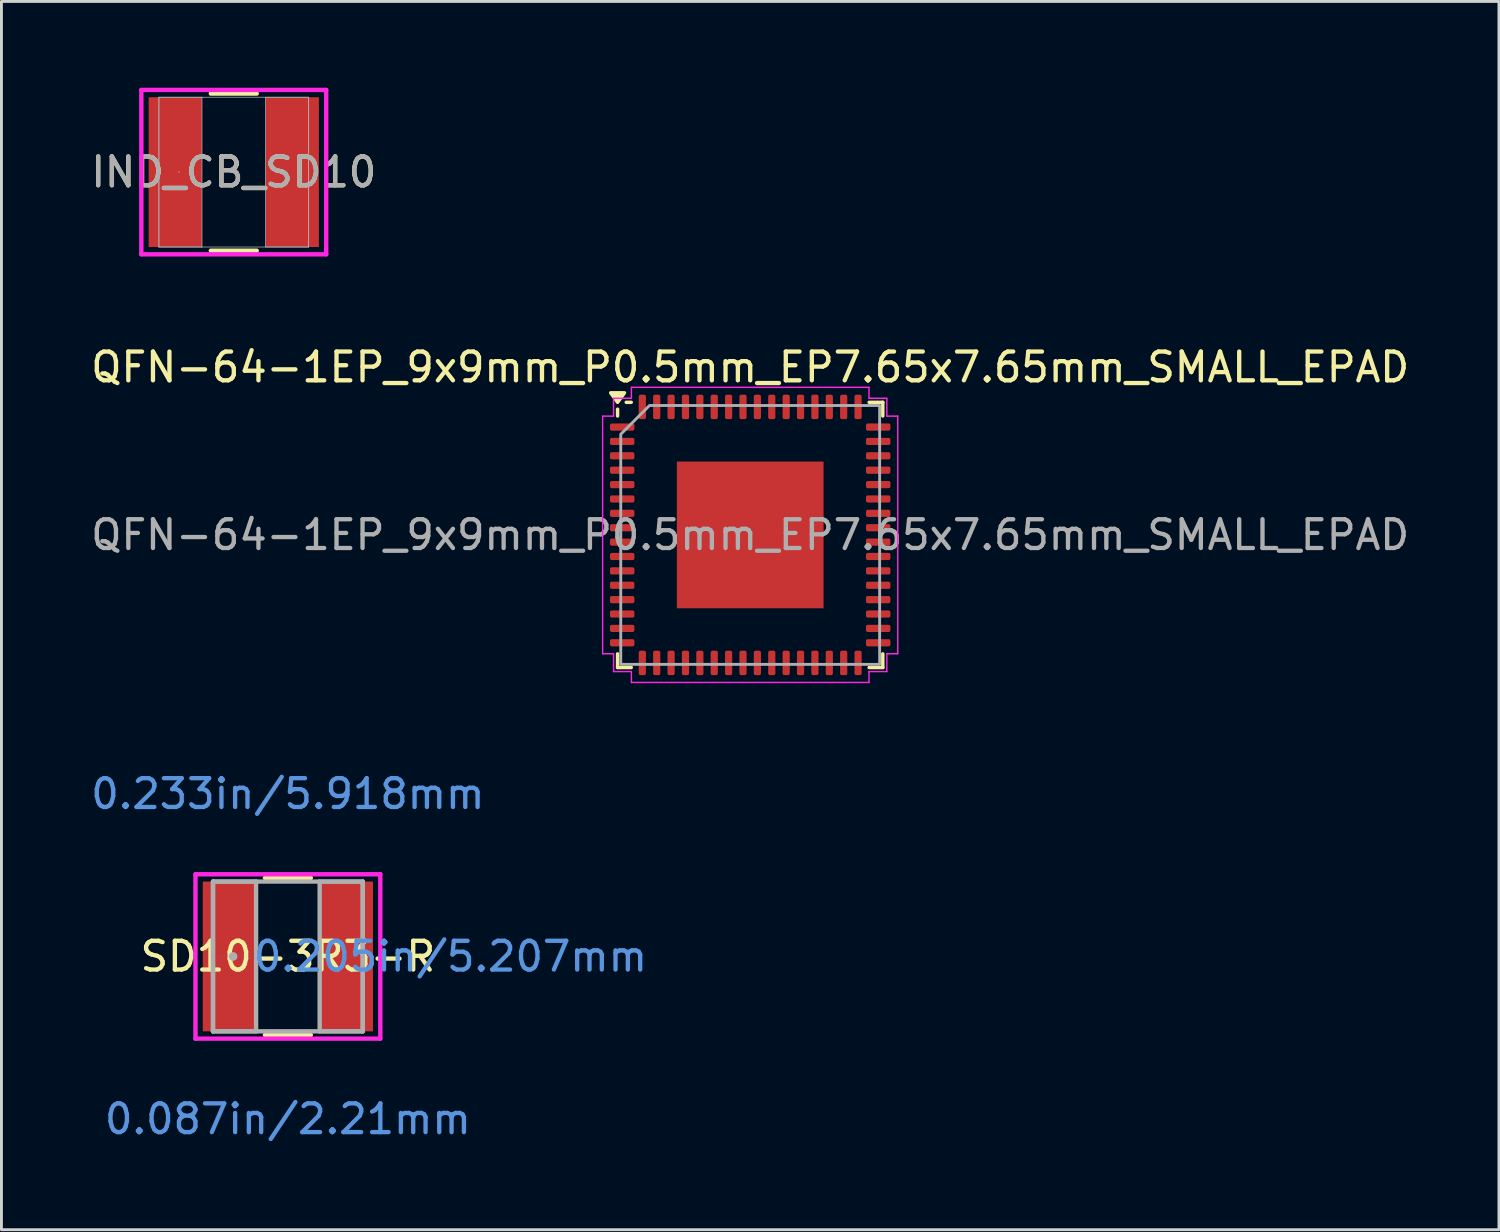
<source format=kicad_pcb>
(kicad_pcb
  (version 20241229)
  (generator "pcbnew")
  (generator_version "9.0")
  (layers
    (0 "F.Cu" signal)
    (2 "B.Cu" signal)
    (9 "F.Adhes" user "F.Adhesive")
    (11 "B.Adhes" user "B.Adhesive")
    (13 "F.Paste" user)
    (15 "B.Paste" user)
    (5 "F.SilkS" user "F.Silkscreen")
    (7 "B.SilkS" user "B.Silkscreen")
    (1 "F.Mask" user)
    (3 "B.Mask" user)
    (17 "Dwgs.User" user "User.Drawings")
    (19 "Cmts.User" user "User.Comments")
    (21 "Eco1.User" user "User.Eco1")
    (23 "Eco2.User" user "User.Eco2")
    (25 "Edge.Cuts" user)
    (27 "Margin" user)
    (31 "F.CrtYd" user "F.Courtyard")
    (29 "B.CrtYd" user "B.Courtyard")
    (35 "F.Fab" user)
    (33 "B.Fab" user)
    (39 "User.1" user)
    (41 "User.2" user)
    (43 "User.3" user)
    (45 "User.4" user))
  (footprint "QFN-64-1EP_9x9mm_P0.5mm_EP7.65x7.65mm_SMALL_EPAD"
    (layer "F.Cu")
    (at 23.03 15.546)
    (property "Reference" "QFN-64-1EP_9x9mm_P0.5mm_EP7.65x7.65mm_SMALL_EPAD" (at 0 -5.83 0) (layer "F.SilkS") (effects (font (size 1 1) (thickness 0.15))))
    (attr smd)
    (fp_line (start -4.61 -4.135) (end -4.61 -4.37) (stroke (width 0.12) (type solid)) (layer "F.SilkS"))
    (fp_line (start -4.61 4.61) (end -4.61 4.135) (stroke (width 0.12) (type solid)) (layer "F.SilkS"))
    (fp_line (start -4.135 -4.61) (end -4.31 -4.61) (stroke (width 0.12) (type solid)) (layer "F.SilkS"))
    (fp_line (start -4.135 4.61) (end -4.61 4.61) (stroke (width 0.12) (type solid)) (layer "F.SilkS"))
    (fp_line (start 4.135 -4.61) (end 4.61 -4.61) (stroke (width 0.12) (type solid)) (layer "F.SilkS"))
    (fp_line (start 4.135 4.61) (end 4.61 4.61) (stroke (width 0.12) (type solid)) (layer "F.SilkS"))
    (fp_line (start 4.61 -4.61) (end 4.61 -4.135) (stroke (width 0.12) (type solid)) (layer "F.SilkS"))
    (fp_line (start 4.61 4.61) (end 4.61 4.135) (stroke (width 0.12) (type solid)) (layer "F.SilkS"))
    (fp_poly (pts (xy -4.61 -4.61) (xy -4.85 -4.94) (xy -4.37 -4.94)) (stroke (width 0.12) (type solid)) (fill yes) (layer "F.SilkS"))
    (fp_line (start -5.13 -4.13) (end -4.75 -4.13) (stroke (width 0.05) (type solid)) (layer "F.CrtYd"))
    (fp_line (start -5.13 4.13) (end -5.13 -4.13) (stroke (width 0.05) (type solid)) (layer "F.CrtYd"))
    (fp_line (start -4.75 -4.75) (end -4.13 -4.75) (stroke (width 0.05) (type solid)) (layer "F.CrtYd"))
    (fp_line (start -4.75 -4.13) (end -4.75 -4.75) (stroke (width 0.05) (type solid)) (layer "F.CrtYd"))
    (fp_line (start -4.75 4.13) (end -5.13 4.13) (stroke (width 0.05) (type solid)) (layer "F.CrtYd"))
    (fp_line (start -4.75 4.75) (end -4.75 4.13) (stroke (width 0.05) (type solid)) (layer "F.CrtYd"))
    (fp_line (start -4.13 -5.13) (end 4.13 -5.13) (stroke (width 0.05) (type solid)) (layer "F.CrtYd"))
    (fp_line (start -4.13 -4.75) (end -4.13 -5.13) (stroke (width 0.05) (type solid)) (layer "F.CrtYd"))
    (fp_line (start -4.13 4.75) (end -4.75 4.75) (stroke (width 0.05) (type solid)) (layer "F.CrtYd"))
    (fp_line (start -4.13 5.13) (end -4.13 4.75) (stroke (width 0.05) (type solid)) (layer "F.CrtYd"))
    (fp_line (start 4.13 -5.13) (end 4.13 -4.75) (stroke (width 0.05) (type solid)) (layer "F.CrtYd"))
    (fp_line (start 4.13 -4.75) (end 4.75 -4.75) (stroke (width 0.05) (type solid)) (layer "F.CrtYd"))
    (fp_line (start 4.13 4.75) (end 4.13 5.13) (stroke (width 0.05) (type solid)) (layer "F.CrtYd"))
    (fp_line (start 4.13 5.13) (end -4.13 5.13) (stroke (width 0.05) (type solid)) (layer "F.CrtYd"))
    (fp_line (start 4.75 -4.75) (end 4.75 -4.13) (stroke (width 0.05) (type solid)) (layer "F.CrtYd"))
    (fp_line (start 4.75 -4.13) (end 5.13 -4.13) (stroke (width 0.05) (type solid)) (layer "F.CrtYd"))
    (fp_line (start 4.75 4.13) (end 4.75 4.75) (stroke (width 0.05) (type solid)) (layer "F.CrtYd"))
    (fp_line (start 4.75 4.75) (end 4.13 4.75) (stroke (width 0.05) (type solid)) (layer "F.CrtYd"))
    (fp_line (start 5.13 -4.13) (end 5.13 4.13) (stroke (width 0.05) (type solid)) (layer "F.CrtYd"))
    (fp_line (start 5.13 4.13) (end 4.75 4.13) (stroke (width 0.05) (type solid)) (layer "F.CrtYd"))
    (fp_poly (pts (xy -4.5 -3.5) (xy -4.5 4.5) (xy 4.5 4.5) (xy 4.5 -4.5) (xy -3.5 -4.5)) (stroke (width 0.1) (type solid)) (fill no) (layer "F.Fab"))
    (fp_text user "${REFERENCE}" (at 0 0 0) (layer "F.Fab") (effects (font (size 1 1) (thickness 0.15))))
    (pad "" smd roundrect (at -1.92 -1.92) (size 1.03 1.03) (layers "F.Paste") (roundrect_rratio 0.243))
    (pad "" smd roundrect (at -1.92 -0.64) (size 1.03 1.03) (layers "F.Paste") (roundrect_rratio 0.243))
    (pad "" smd roundrect (at -1.92 0.64) (size 1.03 1.03) (layers "F.Paste") (roundrect_rratio 0.243))
    (pad "" smd roundrect (at -1.92 1.92) (size 1.03 1.03) (layers "F.Paste") (roundrect_rratio 0.243))
    (pad "" smd roundrect (at -0.64 -1.92) (size 1.03 1.03) (layers "F.Paste") (roundrect_rratio 0.243))
    (pad "" smd roundrect (at -0.64 -0.64) (size 1.03 1.03) (layers "F.Paste") (roundrect_rratio 0.243))
    (pad "" smd roundrect (at -0.64 0.64) (size 1.03 1.03) (layers "F.Paste") (roundrect_rratio 0.243))
    (pad "" smd roundrect (at -0.64 1.92) (size 1.03 1.03) (layers "F.Paste") (roundrect_rratio 0.243))
    (pad "" smd roundrect (at 0.64 -1.92) (size 1.03 1.03) (layers "F.Paste") (roundrect_rratio 0.243))
    (pad "" smd roundrect (at 0.64 -0.64) (size 1.03 1.03) (layers "F.Paste") (roundrect_rratio 0.243))
    (pad "" smd roundrect (at 0.64 0.64) (size 1.03 1.03) (layers "F.Paste") (roundrect_rratio 0.243))
    (pad "" smd roundrect (at 0.64 1.92) (size 1.03 1.03) (layers "F.Paste") (roundrect_rratio 0.243))
    (pad "" smd roundrect (at 1.92 -1.92) (size 1.03 1.03) (layers "F.Paste") (roundrect_rratio 0.243))
    (pad "" smd roundrect (at 1.92 -0.64) (size 1.03 1.03) (layers "F.Paste") (roundrect_rratio 0.243))
    (pad "" smd roundrect (at 1.92 0.64) (size 1.03 1.03) (layers "F.Paste") (roundrect_rratio 0.243))
    (pad "" smd roundrect (at 1.92 1.92) (size 1.03 1.03) (layers "F.Paste") (roundrect_rratio 0.243))
    (pad "1" smd roundrect (at -4.45 -3.75) (size 0.85 0.25) (layers "F.Cu" "F.Mask" "F.Paste") (roundrect_rratio 0.25))
    (pad "2" smd roundrect (at -4.45 -3.25) (size 0.85 0.25) (layers "F.Cu" "F.Mask" "F.Paste") (roundrect_rratio 0.25))
    (pad "3" smd roundrect (at -4.45 -2.75) (size 0.85 0.25) (layers "F.Cu" "F.Mask" "F.Paste") (roundrect_rratio 0.25))
    (pad "4" smd roundrect (at -4.45 -2.25) (size 0.85 0.25) (layers "F.Cu" "F.Mask" "F.Paste") (roundrect_rratio 0.25))
    (pad "5" smd roundrect (at -4.45 -1.75) (size 0.85 0.25) (layers "F.Cu" "F.Mask" "F.Paste") (roundrect_rratio 0.25))
    (pad "6" smd roundrect (at -4.45 -1.25) (size 0.85 0.25) (layers "F.Cu" "F.Mask" "F.Paste") (roundrect_rratio 0.25))
    (pad "7" smd roundrect (at -4.45 -0.75) (size 0.85 0.25) (layers "F.Cu" "F.Mask" "F.Paste") (roundrect_rratio 0.25))
    (pad "8" smd roundrect (at -4.45 -0.25) (size 0.85 0.25) (layers "F.Cu" "F.Mask" "F.Paste") (roundrect_rratio 0.25))
    (pad "9" smd roundrect (at -4.45 0.25) (size 0.85 0.25) (layers "F.Cu" "F.Mask" "F.Paste") (roundrect_rratio 0.25))
    (pad "10" smd roundrect (at -4.45 0.75) (size 0.85 0.25) (layers "F.Cu" "F.Mask" "F.Paste") (roundrect_rratio 0.25))
    (pad "11" smd roundrect (at -4.45 1.25) (size 0.85 0.25) (layers "F.Cu" "F.Mask" "F.Paste") (roundrect_rratio 0.25))
    (pad "12" smd roundrect (at -4.45 1.75) (size 0.85 0.25) (layers "F.Cu" "F.Mask" "F.Paste") (roundrect_rratio 0.25))
    (pad "13" smd roundrect (at -4.45 2.25) (size 0.85 0.25) (layers "F.Cu" "F.Mask" "F.Paste") (roundrect_rratio 0.25))
    (pad "14" smd roundrect (at -4.45 2.75) (size 0.85 0.25) (layers "F.Cu" "F.Mask" "F.Paste") (roundrect_rratio 0.25))
    (pad "15" smd roundrect (at -4.45 3.25) (size 0.85 0.25) (layers "F.Cu" "F.Mask" "F.Paste") (roundrect_rratio 0.25))
    (pad "16" smd roundrect (at -4.45 3.75) (size 0.85 0.25) (layers "F.Cu" "F.Mask" "F.Paste") (roundrect_rratio 0.25))
    (pad "17" smd roundrect (at -3.75 4.45) (size 0.25 0.85) (layers "F.Cu" "F.Mask" "F.Paste") (roundrect_rratio 0.25))
    (pad "18" smd roundrect (at -3.25 4.45) (size 0.25 0.85) (layers "F.Cu" "F.Mask" "F.Paste") (roundrect_rratio 0.25))
    (pad "19" smd roundrect (at -2.75 4.45) (size 0.25 0.85) (layers "F.Cu" "F.Mask" "F.Paste") (roundrect_rratio 0.25))
    (pad "20" smd roundrect (at -2.25 4.45) (size 0.25 0.85) (layers "F.Cu" "F.Mask" "F.Paste") (roundrect_rratio 0.25))
    (pad "21" smd roundrect (at -1.75 4.45) (size 0.25 0.85) (layers "F.Cu" "F.Mask" "F.Paste") (roundrect_rratio 0.25))
    (pad "22" smd roundrect (at -1.25 4.45) (size 0.25 0.85) (layers "F.Cu" "F.Mask" "F.Paste") (roundrect_rratio 0.25))
    (pad "23" smd roundrect (at -0.75 4.45) (size 0.25 0.85) (layers "F.Cu" "F.Mask" "F.Paste") (roundrect_rratio 0.25))
    (pad "24" smd roundrect (at -0.25 4.45) (size 0.25 0.85) (layers "F.Cu" "F.Mask" "F.Paste") (roundrect_rratio 0.25))
    (pad "25" smd roundrect (at 0.25 4.45) (size 0.25 0.85) (layers "F.Cu" "F.Mask" "F.Paste") (roundrect_rratio 0.25))
    (pad "26" smd roundrect (at 0.75 4.45) (size 0.25 0.85) (layers "F.Cu" "F.Mask" "F.Paste") (roundrect_rratio 0.25))
    (pad "27" smd roundrect (at 1.25 4.45) (size 0.25 0.85) (layers "F.Cu" "F.Mask" "F.Paste") (roundrect_rratio 0.25))
    (pad "28" smd roundrect (at 1.75 4.45) (size 0.25 0.85) (layers "F.Cu" "F.Mask" "F.Paste") (roundrect_rratio 0.25))
    (pad "29" smd roundrect (at 2.25 4.45) (size 0.25 0.85) (layers "F.Cu" "F.Mask" "F.Paste") (roundrect_rratio 0.25))
    (pad "30" smd roundrect (at 2.75 4.45) (size 0.25 0.85) (layers "F.Cu" "F.Mask" "F.Paste") (roundrect_rratio 0.25))
    (pad "31" smd roundrect (at 3.25 4.45) (size 0.25 0.85) (layers "F.Cu" "F.Mask" "F.Paste") (roundrect_rratio 0.25))
    (pad "32" smd roundrect (at 3.75 4.45) (size 0.25 0.85) (layers "F.Cu" "F.Mask" "F.Paste") (roundrect_rratio 0.25))
    (pad "33" smd roundrect (at 4.45 3.75) (size 0.85 0.25) (layers "F.Cu" "F.Mask" "F.Paste") (roundrect_rratio 0.25))
    (pad "34" smd roundrect (at 4.45 3.25) (size 0.85 0.25) (layers "F.Cu" "F.Mask" "F.Paste") (roundrect_rratio 0.25))
    (pad "35" smd roundrect (at 4.45 2.75) (size 0.85 0.25) (layers "F.Cu" "F.Mask" "F.Paste") (roundrect_rratio 0.25))
    (pad "36" smd roundrect (at 4.45 2.25) (size 0.85 0.25) (layers "F.Cu" "F.Mask" "F.Paste") (roundrect_rratio 0.25))
    (pad "37" smd roundrect (at 4.45 1.75) (size 0.85 0.25) (layers "F.Cu" "F.Mask" "F.Paste") (roundrect_rratio 0.25))
    (pad "38" smd roundrect (at 4.45 1.25) (size 0.85 0.25) (layers "F.Cu" "F.Mask" "F.Paste") (roundrect_rratio 0.25))
    (pad "39" smd roundrect (at 4.45 0.75) (size 0.85 0.25) (layers "F.Cu" "F.Mask" "F.Paste") (roundrect_rratio 0.25))
    (pad "40" smd roundrect (at 4.45 0.25) (size 0.85 0.25) (layers "F.Cu" "F.Mask" "F.Paste") (roundrect_rratio 0.25))
    (pad "41" smd roundrect (at 4.45 -0.25) (size 0.85 0.25) (layers "F.Cu" "F.Mask" "F.Paste") (roundrect_rratio 0.25))
    (pad "42" smd roundrect (at 4.45 -0.75) (size 0.85 0.25) (layers "F.Cu" "F.Mask" "F.Paste") (roundrect_rratio 0.25))
    (pad "43" smd roundrect (at 4.45 -1.25) (size 0.85 0.25) (layers "F.Cu" "F.Mask" "F.Paste") (roundrect_rratio 0.25))
    (pad "44" smd roundrect (at 4.45 -1.75) (size 0.85 0.25) (layers "F.Cu" "F.Mask" "F.Paste") (roundrect_rratio 0.25))
    (pad "45" smd roundrect (at 4.45 -2.25) (size 0.85 0.25) (layers "F.Cu" "F.Mask" "F.Paste") (roundrect_rratio 0.25))
    (pad "46" smd roundrect (at 4.45 -2.75) (size 0.85 0.25) (layers "F.Cu" "F.Mask" "F.Paste") (roundrect_rratio 0.25))
    (pad "47" smd roundrect (at 4.45 -3.25) (size 0.85 0.25) (layers "F.Cu" "F.Mask" "F.Paste") (roundrect_rratio 0.25))
    (pad "48" smd roundrect (at 4.45 -3.75) (size 0.85 0.25) (layers "F.Cu" "F.Mask" "F.Paste") (roundrect_rratio 0.25))
    (pad "49" smd roundrect (at 3.75 -4.45) (size 0.25 0.85) (layers "F.Cu" "F.Mask" "F.Paste") (roundrect_rratio 0.25))
    (pad "50" smd roundrect (at 3.25 -4.45) (size 0.25 0.85) (layers "F.Cu" "F.Mask" "F.Paste") (roundrect_rratio 0.25))
    (pad "51" smd roundrect (at 2.75 -4.45) (size 0.25 0.85) (layers "F.Cu" "F.Mask" "F.Paste") (roundrect_rratio 0.25))
    (pad "52" smd roundrect (at 2.25 -4.45) (size 0.25 0.85) (layers "F.Cu" "F.Mask" "F.Paste") (roundrect_rratio 0.25))
    (pad "53" smd roundrect (at 1.75 -4.45) (size 0.25 0.85) (layers "F.Cu" "F.Mask" "F.Paste") (roundrect_rratio 0.25))
    (pad "54" smd roundrect (at 1.25 -4.45) (size 0.25 0.85) (layers "F.Cu" "F.Mask" "F.Paste") (roundrect_rratio 0.25))
    (pad "55" smd roundrect (at 0.75 -4.45) (size 0.25 0.85) (layers "F.Cu" "F.Mask" "F.Paste") (roundrect_rratio 0.25))
    (pad "56" smd roundrect (at 0.25 -4.45) (size 0.25 0.85) (layers "F.Cu" "F.Mask" "F.Paste") (roundrect_rratio 0.25))
    (pad "57" smd roundrect (at -0.25 -4.45) (size 0.25 0.85) (layers "F.Cu" "F.Mask" "F.Paste") (roundrect_rratio 0.25))
    (pad "58" smd roundrect (at -0.75 -4.45) (size 0.25 0.85) (layers "F.Cu" "F.Mask" "F.Paste") (roundrect_rratio 0.25))
    (pad "59" smd roundrect (at -1.25 -4.45) (size 0.25 0.85) (layers "F.Cu" "F.Mask" "F.Paste") (roundrect_rratio 0.25))
    (pad "60" smd roundrect (at -1.75 -4.45) (size 0.25 0.85) (layers "F.Cu" "F.Mask" "F.Paste") (roundrect_rratio 0.25))
    (pad "61" smd roundrect (at -2.25 -4.45) (size 0.25 0.85) (layers "F.Cu" "F.Mask" "F.Paste") (roundrect_rratio 0.25))
    (pad "62" smd roundrect (at -2.75 -4.45) (size 0.25 0.85) (layers "F.Cu" "F.Mask" "F.Paste") (roundrect_rratio 0.25))
    (pad "63" smd roundrect (at -3.25 -4.45) (size 0.25 0.85) (layers "F.Cu" "F.Mask" "F.Paste") (roundrect_rratio 0.25))
    (pad "64" smd roundrect (at -3.75 -4.45) (size 0.25 0.85) (layers "F.Cu" "F.Mask" "F.Paste") (roundrect_rratio 0.25))
    (pad "65" smd rect (at 0 0) (size 5.1 5.1) (property pad_prop_heatsink) (layers "F.Cu" "F.Mask")))
  (footprint "SD10-3R3-R"
    (layer "F.Cu")
    (at 6.958 30.2)
    (property "Reference" "SD10-3R3-R" (at 0 0 0) (layer "F.SilkS") (effects (font (size 1 1) (thickness 0.15))))
    (attr through_hole)
    (fp_line (start -0.797 2.731) (end 0.797 2.731) (stroke (width 0.152) (type solid)) (layer "F.SilkS"))
    (fp_line (start 0.797 -2.731) (end -0.797 -2.731) (stroke (width 0.152) (type solid)) (layer "F.SilkS"))
    (fp_line (start -3.213 -2.857) (end 3.213 -2.857) (stroke (width 0.152) (type solid)) (layer "F.CrtYd"))
    (fp_line (start -3.213 2.857) (end -3.213 -2.857) (stroke (width 0.152) (type solid)) (layer "F.CrtYd"))
    (fp_line (start 3.213 -2.857) (end 3.213 2.857) (stroke (width 0.152) (type solid)) (layer "F.CrtYd"))
    (fp_line (start 3.213 2.857) (end -3.213 2.857) (stroke (width 0.152) (type solid)) (layer "F.CrtYd"))
    (fp_line (start -2.603 -2.603) (end -2.603 2.603) (stroke (width 0.152) (type solid)) (layer "F.Fab"))
    (fp_line (start -2.603 -2.603) (end -2.603 2.603) (stroke (width 0.152) (type solid)) (layer "F.Fab"))
    (fp_line (start -2.603 2.603) (end -1.105 2.603) (stroke (width 0.152) (type solid)) (layer "F.Fab"))
    (fp_line (start -2.603 2.603) (end 2.603 2.603) (stroke (width 0.152) (type solid)) (layer "F.Fab"))
    (fp_line (start -1.105 -2.603) (end -2.603 -2.603) (stroke (width 0.152) (type solid)) (layer "F.Fab"))
    (fp_line (start -1.105 2.603) (end -1.105 -2.603) (stroke (width 0.152) (type solid)) (layer "F.Fab"))
    (fp_line (start 1.105 -2.603) (end 1.105 2.603) (stroke (width 0.152) (type solid)) (layer "F.Fab"))
    (fp_line (start 1.105 2.603) (end 2.603 2.603) (stroke (width 0.152) (type solid)) (layer "F.Fab"))
    (fp_line (start 2.603 -2.603) (end -2.603 -2.603) (stroke (width 0.152) (type solid)) (layer "F.Fab"))
    (fp_line (start 2.603 -2.603) (end 1.105 -2.603) (stroke (width 0.152) (type solid)) (layer "F.Fab"))
    (fp_line (start 2.603 2.603) (end 2.603 -2.603) (stroke (width 0.152) (type solid)) (layer "F.Fab"))
    (fp_line (start 2.603 2.603) (end 2.603 -2.603) (stroke (width 0.152) (type solid)) (layer "F.Fab"))
    (fp_circle (center -1.905 0) (end -1.905 0) (stroke (width 0.152) (type solid)) (fill no) (layer "F.Fab"))
    (fp_text user "0.205in/5.207mm" (at 5.652 0 0) (layer "Cmts.User") (effects (font (size 1 1) (thickness 0.15))))
    (fp_text user "0.087in/2.21mm" (at 0 5.652 0) (layer "Cmts.User") (effects (font (size 1 1) (thickness 0.15))))
    (fp_text user "Copyright 2016 Accelerated Designs. All rights reserved." (at 0 0 0) (layer "Cmts.User") (effects (font (size 0.127 0.127) (thickness 0.002))))
    (fp_text user "0.233in/5.918mm" (at 0 -5.652 0) (layer "Cmts.User") (effects (font (size 1 1) (thickness 0.15))))
    (pad "1" smd rect (at -2.032 0) (size 1.854 5.207) (layers "F.Cu" "F.Mask" "F.Paste"))
    (pad "2" smd rect (at 2.032 0) (size 1.854 5.207) (layers "F.Cu" "F.Mask" "F.Paste")))
  (footprint "IND_CB_SD10"
    (layer "F.Cu")
    (at 5.077 2.934)
    (property "Reference" "IND_CB_SD10" (at 0 0 0) (unlocked yes) (layer "F.SilkS") (effects (font (size 1 1) (thickness 0.15))))
    (attr smd)
    (fp_line (start -0.797 2.731) (end 0.797 2.731) (stroke (width 0.152) (type solid)) (layer "F.SilkS"))
    (fp_line (start 0.797 -2.731) (end -0.797 -2.731) (stroke (width 0.152) (type solid)) (layer "F.SilkS"))
    (fp_line (start -3.213 -2.857) (end 3.213 -2.857) (stroke (width 0.152) (type solid)) (layer "F.CrtYd"))
    (fp_line (start -3.213 2.857) (end -3.213 -2.857) (stroke (width 0.152) (type solid)) (layer "F.CrtYd"))
    (fp_line (start 3.213 -2.857) (end 3.213 2.857) (stroke (width 0.152) (type solid)) (layer "F.CrtYd"))
    (fp_line (start 3.213 2.857) (end -3.213 2.857) (stroke (width 0.152) (type solid)) (layer "F.CrtYd"))
    (fp_line (start -2.603 -2.603) (end -2.603 2.603) (stroke (width 0.025) (type solid)) (layer "F.Fab"))
    (fp_line (start -2.603 -2.603) (end -2.603 2.603) (stroke (width 0.025) (type solid)) (layer "F.Fab"))
    (fp_line (start -2.603 2.603) (end -1.105 2.603) (stroke (width 0.025) (type solid)) (layer "F.Fab"))
    (fp_line (start -2.603 2.603) (end 2.603 2.603) (stroke (width 0.025) (type solid)) (layer "F.Fab"))
    (fp_line (start -1.105 -2.603) (end -2.603 -2.603) (stroke (width 0.025) (type solid)) (layer "F.Fab"))
    (fp_line (start -1.105 2.603) (end -1.105 -2.603) (stroke (width 0.025) (type solid)) (layer "F.Fab"))
    (fp_line (start 1.105 -2.603) (end 1.105 2.603) (stroke (width 0.025) (type solid)) (layer "F.Fab"))
    (fp_line (start 1.105 2.603) (end 2.603 2.603) (stroke (width 0.025) (type solid)) (layer "F.Fab"))
    (fp_line (start 2.603 -2.603) (end -2.603 -2.603) (stroke (width 0.025) (type solid)) (layer "F.Fab"))
    (fp_line (start 2.603 -2.603) (end 1.105 -2.603) (stroke (width 0.025) (type solid)) (layer "F.Fab"))
    (fp_line (start 2.603 2.603) (end 2.603 -2.603) (stroke (width 0.025) (type solid)) (layer "F.Fab"))
    (fp_line (start 2.603 2.603) (end 2.603 -2.603) (stroke (width 0.025) (type solid)) (layer "F.Fab"))
    (fp_circle (center -1.905 0) (end -1.905 0) (stroke (width 0.025) (type solid)) (fill no) (layer "F.Fab"))
    (fp_text user "${REFERENCE}" (at 0 0 0) (unlocked yes) (layer "F.Fab") (effects (font (size 1 1) (thickness 0.15))))
    (pad "1" smd rect (at -2.032 0) (size 1.854 5.207) (layers "F.Cu" "F.Mask" "F.Paste"))
    (pad "2" smd rect (at 2.032 0) (size 1.854 5.207) (layers "F.Cu" "F.Mask" "F.Paste"))
    (zone (net_name "") (layer "F.Cu") (hatch full 0.508) (connect_pads) (min_thickness 0.254) (filled_areas_thickness no) (keepout (tracks not_allowed) (vias not_allowed) (pads allowed) (copperpour not_allowed) (footprints allowed)) (placement (enabled no)) (fill) (polygon (pts (xy 4.023 0.381) (xy 6.131 0.381) (xy 6.131 5.486) (xy 4.023 5.486)))))
  (gr_rect
    (start -3 -3)
    (end 49.06 39.7)
    (stroke (width 0.1) (type default))
    (fill no)
    (layer "Edge.Cuts")))
</source>
